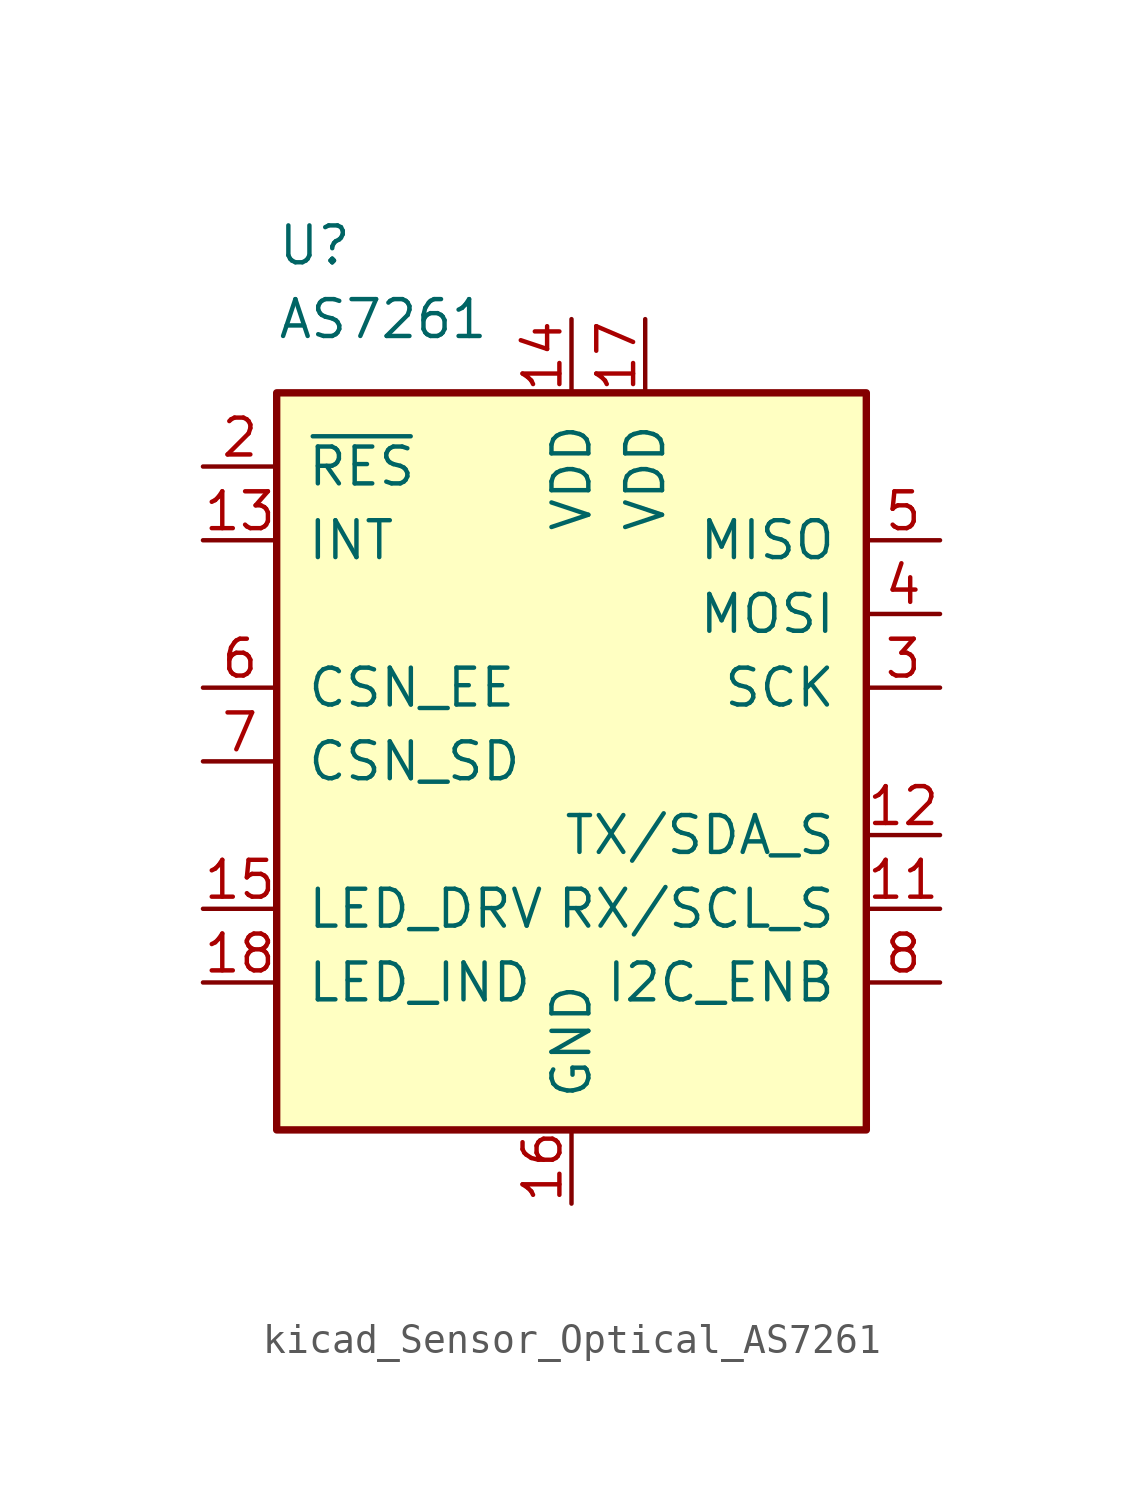
<source format=kicad_sym>
(kicad_symbol_lib
  (version 20220914)
  (generator kicad_symbol_editor)
  (symbol "kicad_Sensor_Optical_AS7261"
    (pin_names
      (offset 1.016))
    (property "Reference" "U"
      (at -10.16 17.78 0)
      (effects (font (size 1.27 1.27)) (justify left)))
    (property "Value" "AS7261"
      (at -10.16 15.24 0)
      (effects (font (size 1.27 1.27)) (justify left)))
    (symbol "kicad_Sensor_Optical_AS7261_0_1"
      (rectangle (start -10.16 12.7) (end 10.16 -12.7) (stroke (width 0.254) (type default)) (fill (type background))))
    (symbol "kicad_Sensor_Optical_AS7261_1_1"
      (pin no_connect line (at 10.16 10.16 180) (length 2.54) hide (name "NF" (effects (font (size 1.27 1.27)))) (number "1" (effects (font (size 1.27 1.27)))))
      (pin no_connect line (at -12.7 5.08 0) (length 2.54) hide (name "NF" (effects (font (size 1.27 1.27)))) (number "10" (effects (font (size 1.27 1.27)))))
      (pin input line (at 12.7 -5.08 180) (length 2.54) (name "RX/SCL_S" (effects (font (size 1.27 1.27)))) (number "11" (effects (font (size 1.27 1.27)))))
      (pin bidirectional line (at 12.7 -2.54 180) (length 2.54) (name "TX/SDA_S" (effects (font (size 1.27 1.27)))) (number "12" (effects (font (size 1.27 1.27)))))
      (pin input line (at -12.7 7.62 0) (length 2.54) (name "INT" (effects (font (size 1.27 1.27)))) (number "13" (effects (font (size 1.27 1.27)))))
      (pin power_in line (at 0 15.24 270) (length 2.54) (name "VDD" (effects (font (size 1.27 1.27)))) (number "14" (effects (font (size 1.27 1.27)))))
      (pin output line (at -12.7 -5.08 0) (length 2.54) (name "LED_DRV" (effects (font (size 1.27 1.27)))) (number "15" (effects (font (size 1.27 1.27)))))
      (pin power_in line (at 0 -15.24 90) (length 2.54) (name "GND" (effects (font (size 1.27 1.27)))) (number "16" (effects (font (size 1.27 1.27)))))
      (pin power_in line (at 2.54 15.24 270) (length 2.54) (name "VDD" (effects (font (size 1.27 1.27)))) (number "17" (effects (font (size 1.27 1.27)))))
      (pin output line (at -12.7 -7.62 0) (length 2.54) (name "LED_IND" (effects (font (size 1.27 1.27)))) (number "18" (effects (font (size 1.27 1.27)))))
      (pin no_connect line (at -10.16 -2.54 0) (length 2.54) hide (name "NF" (effects (font (size 1.27 1.27)))) (number "19" (effects (font (size 1.27 1.27)))))
      (pin input line (at -12.7 10.16 0) (length 2.54) (name "~{RES}" (effects (font (size 1.27 1.27)))) (number "2" (effects (font (size 1.27 1.27)))))
      (pin no_connect line (at -10.16 -10.16 0) (length 2.54) hide (name "NF" (effects (font (size 1.27 1.27)))) (number "20" (effects (font (size 1.27 1.27)))))
      (pin input line (at 12.7 2.54 180) (length 2.54) (name "SCK" (effects (font (size 1.27 1.27)))) (number "3" (effects (font (size 1.27 1.27)))))
      (pin bidirectional line (at 12.7 5.08 180) (length 2.54) (name "MOSI" (effects (font (size 1.27 1.27)))) (number "4" (effects (font (size 1.27 1.27)))))
      (pin bidirectional line (at 12.7 7.62 180) (length 2.54) (name "MISO" (effects (font (size 1.27 1.27)))) (number "5" (effects (font (size 1.27 1.27)))))
      (pin input line (at -12.7 2.54 0) (length 2.54) (name "CSN_EE" (effects (font (size 1.27 1.27)))) (number "6" (effects (font (size 1.27 1.27)))))
      (pin input line (at -12.7 0 0) (length 2.54) (name "CSN_SD" (effects (font (size 1.27 1.27)))) (number "7" (effects (font (size 1.27 1.27)))))
      (pin input line (at 12.7 -7.62 180) (length 2.54) (name "I2C_ENB" (effects (font (size 1.27 1.27)))) (number "8" (effects (font (size 1.27 1.27)))))
      (pin no_connect line (at 10.16 -10.16 180) (length 2.54) hide (name "NF" (effects (font (size 1.27 1.27)))) (number "9" (effects (font (size 1.27 1.27))))))))
</source>
